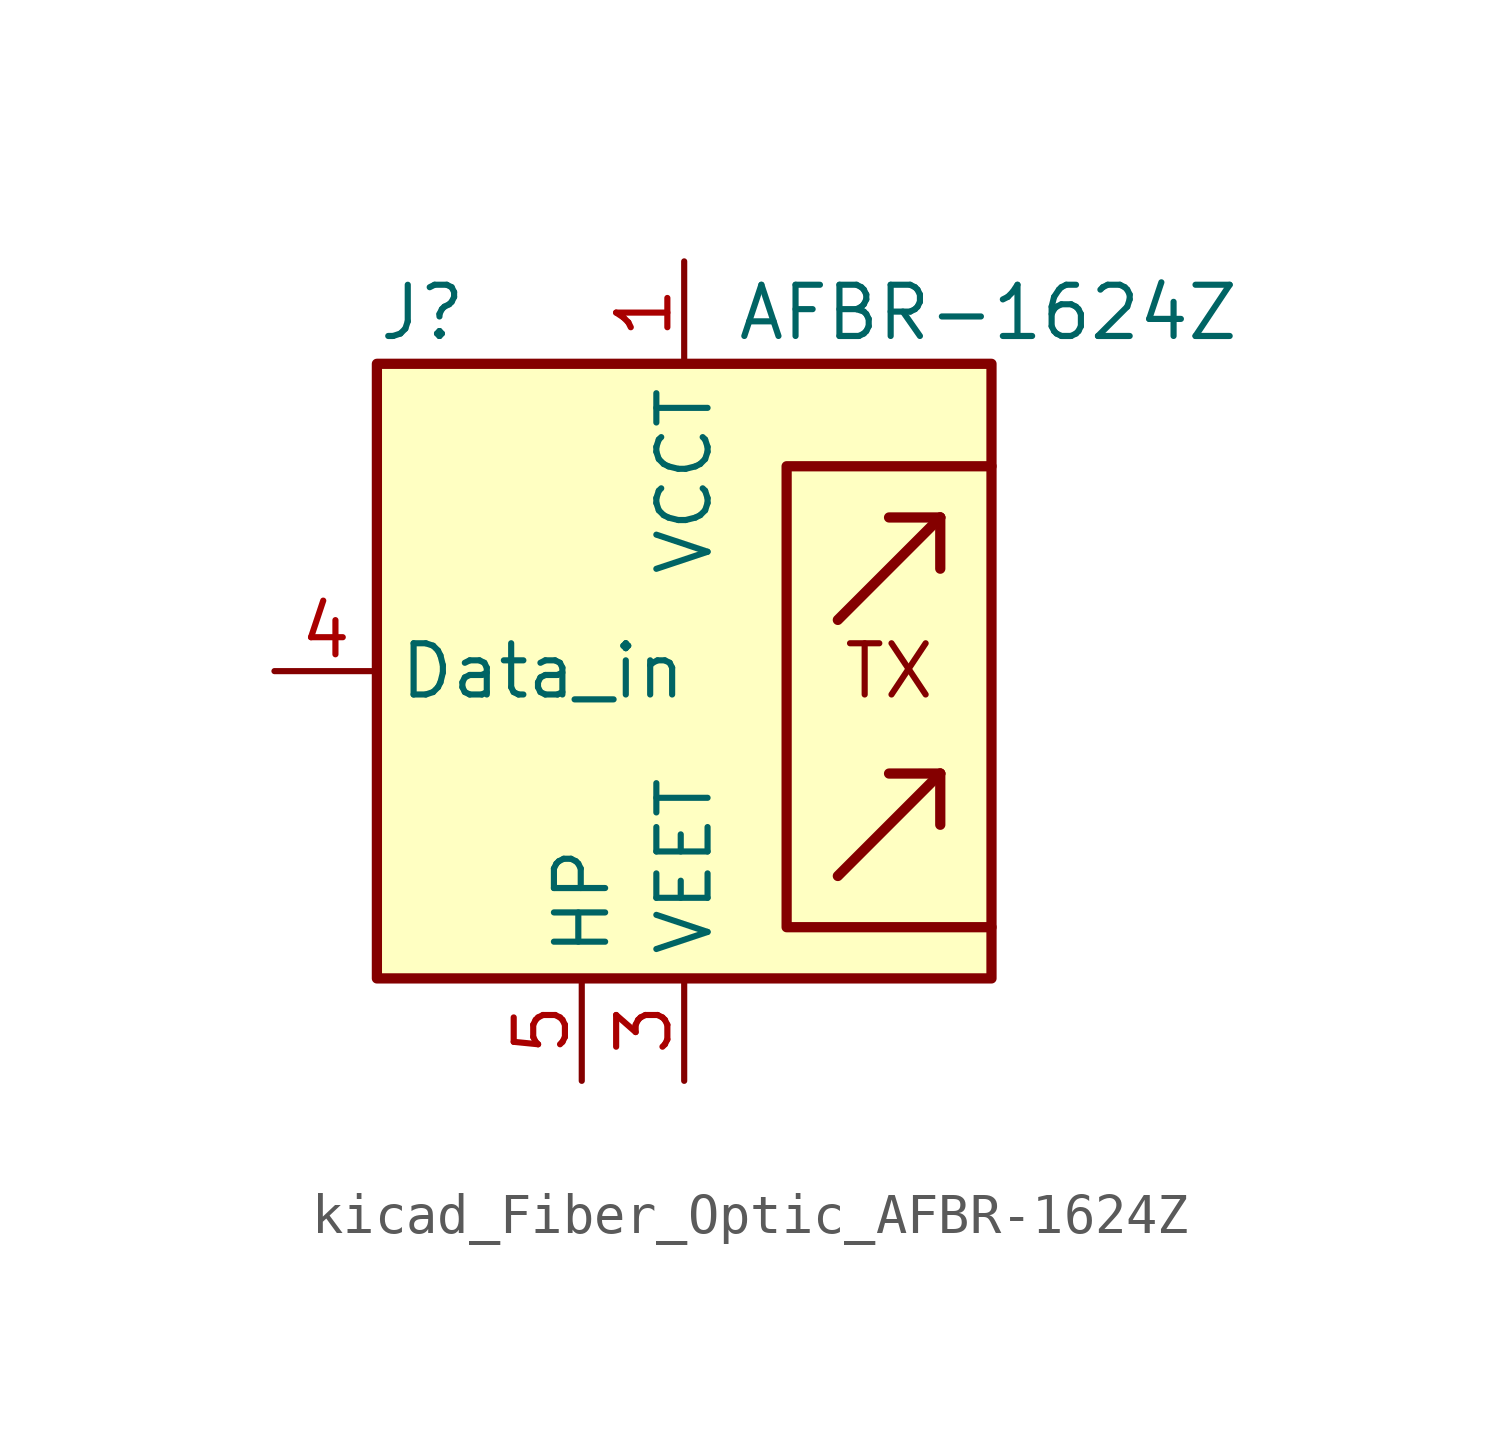
<source format=kicad_sym>
(kicad_symbol_lib
  (version 20220914)
  (generator kicad_symbol_editor)
  (symbol "kicad_Fiber_Optic_AFBR-1624Z"
    (property "Reference" "J"
      (at -7.62 8.89 0)
      (effects (font (size 1.27 1.27)) (justify left)))
    (property "Value" "AFBR-1624Z"
      (at 1.27 8.89 0)
      (effects (font (size 1.27 1.27)) (justify left)))
    (symbol "kicad_Fiber_Optic_AFBR-1624Z_0_0"
      (text "TX" (at 5.08 0 0) (effects (font (size 1.27 1.27)))))
    (symbol "kicad_Fiber_Optic_AFBR-1624Z_0_1"
      (rectangle (start -7.62 7.62) (end 7.62 -7.62) (stroke (width 0.254) (type default)) (fill (type background)))
      (polyline (pts (xy 6.35 -2.54) (xy 3.81 -5.08)) (stroke (width 0.254) (type default)) (fill (type none)))
      (polyline (pts (xy 6.35 -2.54) (xy 5.08 -2.54)) (stroke (width 0.254) (type default)) (fill (type none)))
      (polyline (pts (xy 6.35 -2.54) (xy 6.35 -3.81)) (stroke (width 0.254) (type default)) (fill (type none)))
      (polyline (pts (xy 6.35 3.81) (xy 3.81 1.27)) (stroke (width 0.254) (type default)) (fill (type none)))
      (polyline (pts (xy 6.35 3.81) (xy 5.08 3.81)) (stroke (width 0.254) (type default)) (fill (type none)))
      (polyline (pts (xy 6.35 3.81) (xy 6.35 2.54)) (stroke (width 0.254) (type default)) (fill (type none)))
      (polyline (pts (xy 7.62 5.08) (xy 2.54 5.08) (xy 2.54 -1.27) (xy 2.54 -6.35) (xy 7.62 -6.35)) (stroke (width 0.254) (type default)) (fill (type none))))
    (symbol "kicad_Fiber_Optic_AFBR-1624Z_1_1"
      (pin power_in line (at 0 10.16 270) (length 2.54) (name "VCCT" (effects (font (size 1.27 1.27)))) (number "1" (effects (font (size 1.27 1.27)))))
      (pin no_connect line (at -7.62 5.08 0) (length 2.54) hide (name "NC" (effects (font (size 1.27 1.27)))) (number "2" (effects (font (size 1.27 1.27)))))
      (pin power_in line (at 0 -10.16 90) (length 2.54) (name "VEET" (effects (font (size 1.27 1.27)))) (number "3" (effects (font (size 1.27 1.27)))))
      (pin input line (at -10.16 0 0) (length 2.54) (name "Data_in" (effects (font (size 1.27 1.27)))) (number "4" (effects (font (size 1.27 1.27)))))
      (pin passive line (at -2.54 -10.16 90) (length 2.54) (name "HP" (effects (font (size 1.27 1.27)))) (number "5" (effects (font (size 1.27 1.27)))))
      (pin passive line (at -2.54 -10.16 90) (length 2.54) hide (name "HP" (effects (font (size 1.27 1.27)))) (number "8" (effects (font (size 1.27 1.27))))))))
</source>
